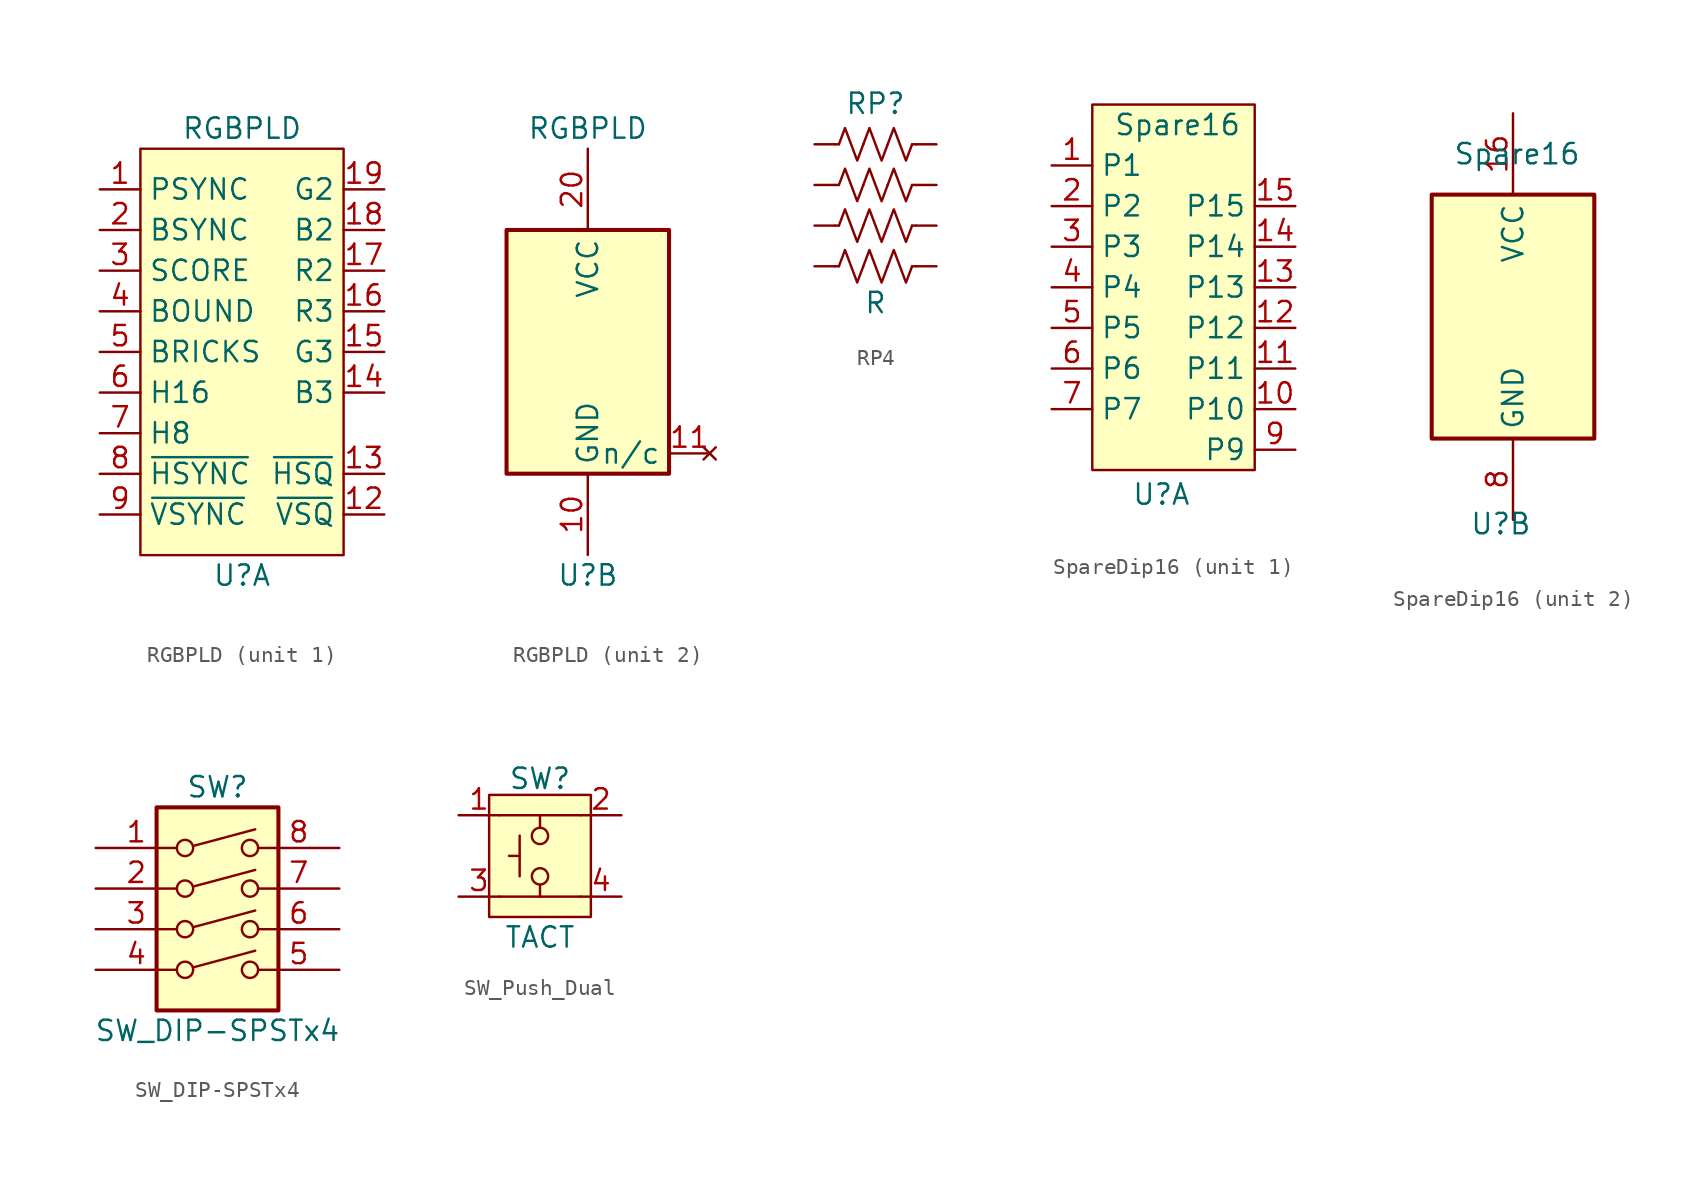
<source format=kicad_sym>
(kicad_symbol_lib
  (version 20241209)
  (generator "kicad_symbol_editor")
  (generator_version "9.0")
  (symbol "RGBPLD"
    (property "Reference" "U"
      (at 0 -13.97 0)
      (effects (font (size 1.27 1.27))))
    (property "Value" "RGBPLD"
      (at 0 13.97 0)
      (effects (font (size 1.27 1.27))))
    (property "ki_locked" ""
      (at 0 0 0)
      (effects (font (size 1.27 1.27))))
    (symbol "RGBPLD_1_1"
      (rectangle (start -6.35 12.7) (end 6.35 -12.7) (stroke (width 0) (type default)) (fill (type background)))
      (pin input line (at -8.89 10.16 0) (length 2.54) (name "PSYNC" (effects (font (size 1.27 1.27)))) (number "1" (effects (font (size 1.27 1.27)))))
      (pin input line (at -8.89 7.62 0) (length 2.54) (name "BSYNC" (effects (font (size 1.27 1.27)))) (number "2" (effects (font (size 1.27 1.27)))))
      (pin input line (at -8.89 5.08 0) (length 2.54) (name "SCORE" (effects (font (size 1.27 1.27)))) (number "3" (effects (font (size 1.27 1.27)))))
      (pin input line (at -8.89 2.54 0) (length 2.54) (name "BOUND" (effects (font (size 1.27 1.27)))) (number "4" (effects (font (size 1.27 1.27)))))
      (pin input line (at -8.89 0 0) (length 2.54) (name "BRICKS" (effects (font (size 1.27 1.27)))) (number "5" (effects (font (size 1.27 1.27)))))
      (pin input line (at -8.89 -2.54 0) (length 2.54) (name "H16" (effects (font (size 1.27 1.27)))) (number "6" (effects (font (size 1.27 1.27)))))
      (pin input line (at -8.89 -5.08 0) (length 2.54) (name "H8" (effects (font (size 1.27 1.27)))) (number "7" (effects (font (size 1.27 1.27)))))
      (pin input line (at -8.89 -7.62 0) (length 2.54) (name "~{HSYNC}" (effects (font (size 1.27 1.27)))) (number "8" (effects (font (size 1.27 1.27)))))
      (pin input line (at -8.89 -10.16 0) (length 2.54) (name "~{VSYNC}" (effects (font (size 1.27 1.27)))) (number "9" (effects (font (size 1.27 1.27)))))
      (pin output line (at 8.89 10.16 180) (length 2.54) (name "G2" (effects (font (size 1.27 1.27)))) (number "19" (effects (font (size 1.27 1.27)))))
      (pin output line (at 8.89 7.62 180) (length 2.54) (name "B2" (effects (font (size 1.27 1.27)))) (number "18" (effects (font (size 1.27 1.27)))))
      (pin output line (at 8.89 5.08 180) (length 2.54) (name "R2" (effects (font (size 1.27 1.27)))) (number "17" (effects (font (size 1.27 1.27)))))
      (pin output line (at 8.89 2.54 180) (length 2.54) (name "R3" (effects (font (size 1.27 1.27)))) (number "16" (effects (font (size 1.27 1.27)))))
      (pin output line (at 8.89 0 180) (length 2.54) (name "G3" (effects (font (size 1.27 1.27)))) (number "15" (effects (font (size 1.27 1.27)))))
      (pin output line (at 8.89 -2.54 180) (length 2.54) (name "B3" (effects (font (size 1.27 1.27)))) (number "14" (effects (font (size 1.27 1.27)))))
      (pin output line (at 8.89 -7.62 180) (length 2.54) (name "~{HSQ}" (effects (font (size 1.27 1.27)))) (number "13" (effects (font (size 1.27 1.27)))))
      (pin output line (at 8.89 -10.16 180) (length 2.54) (name "~{VSQ}" (effects (font (size 1.27 1.27)))) (number "12" (effects (font (size 1.27 1.27))))))
    (symbol "RGBPLD_2_0"
      (pin power_in line (at 0 12.7 270) (length 5.08) (name "VCC" (effects (font (size 1.27 1.27)))) (number "20" (effects (font (size 1.27 1.27)))))
      (pin power_in line (at 0 -12.7 90) (length 5.08) (name "GND" (effects (font (size 1.27 1.27)))) (number "10" (effects (font (size 1.27 1.27))))))
    (symbol "RGBPLD_2_1"
      (rectangle (start -5.08 7.62) (end 5.08 -7.62) (stroke (width 0.254) (type default)) (fill (type background)))
      (pin no_connect line (at 7.62 -6.35 180) (length 2.54) (name "n/c" (effects (font (size 1.27 1.27)))) (number "11" (effects (font (size 1.27 1.27)))))))
  (symbol "RP4"
    (pin_numbers
      (hide yes))
    (pin_names
      (offset 0))
    (property "Reference" "RP"
      (at 0 2.54 0)
      (effects (font (size 1.27 1.27))))
    (property "Value" "R"
      (at 0 -9.906 0)
      (effects (font (size 1.27 1.27))))
    (symbol "RP4_0_1"
      (polyline (pts (xy -2.286 0) (xy -2.54 0)) (stroke (width 0) (type default)) (fill (type none)))
      (polyline (pts (xy -2.286 -2.54) (xy -2.54 -2.54)) (stroke (width 0) (type default)) (fill (type none)))
      (polyline (pts (xy -2.286 -5.08) (xy -2.54 -5.08)) (stroke (width 0) (type default)) (fill (type none)))
      (polyline (pts (xy -2.286 -7.62) (xy -2.54 -7.62)) (stroke (width 0) (type default)) (fill (type none)))
      (polyline (pts (xy -0.762 0) (xy -1.143 -1.016) (xy -1.524 0) (xy -1.905 1.016) (xy -2.286 0)) (stroke (width 0) (type default)) (fill (type none)))
      (polyline (pts (xy -0.762 -2.54) (xy -1.143 -3.556) (xy -1.524 -2.54) (xy -1.905 -1.524) (xy -2.286 -2.54)) (stroke (width 0) (type default)) (fill (type none)))
      (polyline (pts (xy -0.762 -5.08) (xy -1.143 -6.096) (xy -1.524 -5.08) (xy -1.905 -4.064) (xy -2.286 -5.08)) (stroke (width 0) (type default)) (fill (type none)))
      (polyline (pts (xy -0.762 -7.62) (xy -1.143 -8.636) (xy -1.524 -7.62) (xy -1.905 -6.604) (xy -2.286 -7.62)) (stroke (width 0) (type default)) (fill (type none)))
      (polyline (pts (xy 0.762 0) (xy 0.381 -1.016) (xy 0 0) (xy -0.381 1.016) (xy -0.762 0)) (stroke (width 0) (type default)) (fill (type none)))
      (polyline (pts (xy 0.762 -2.54) (xy 0.381 -3.556) (xy 0 -2.54) (xy -0.381 -1.524) (xy -0.762 -2.54)) (stroke (width 0) (type default)) (fill (type none)))
      (polyline (pts (xy 0.762 -5.08) (xy 0.381 -6.096) (xy 0 -5.08) (xy -0.381 -4.064) (xy -0.762 -5.08)) (stroke (width 0) (type default)) (fill (type none)))
      (polyline (pts (xy 0.762 -7.62) (xy 0.381 -8.636) (xy 0 -7.62) (xy -0.381 -6.604) (xy -0.762 -7.62)) (stroke (width 0) (type default)) (fill (type none)))
      (polyline (pts (xy 2.286 0) (xy 2.54 0)) (stroke (width 0) (type default)) (fill (type none)))
      (polyline (pts (xy 2.286 0) (xy 1.905 -1.016) (xy 1.524 0) (xy 1.143 1.016) (xy 0.762 0)) (stroke (width 0) (type default)) (fill (type none)))
      (polyline (pts (xy 2.286 -2.54) (xy 2.54 -2.54)) (stroke (width 0) (type default)) (fill (type none)))
      (polyline (pts (xy 2.286 -2.54) (xy 1.905 -3.556) (xy 1.524 -2.54) (xy 1.143 -1.524) (xy 0.762 -2.54)) (stroke (width 0) (type default)) (fill (type none)))
      (polyline (pts (xy 2.286 -5.08) (xy 2.54 -5.08)) (stroke (width 0) (type default)) (fill (type none)))
      (polyline (pts (xy 2.286 -5.08) (xy 1.905 -6.096) (xy 1.524 -5.08) (xy 1.143 -4.064) (xy 0.762 -5.08)) (stroke (width 0) (type default)) (fill (type none)))
      (polyline (pts (xy 2.286 -7.62) (xy 2.54 -7.62)) (stroke (width 0) (type default)) (fill (type none)))
      (polyline (pts (xy 2.286 -7.62) (xy 1.905 -8.636) (xy 1.524 -7.62) (xy 1.143 -6.604) (xy 0.762 -7.62)) (stroke (width 0) (type default)) (fill (type none))))
    (symbol "RP4_1_1"
      (pin passive line (at -3.81 0 0) (length 1.27) (name "~" (effects (font (size 1.27 1.27)))) (number "1" (effects (font (size 1.27 1.27)))))
      (pin passive line (at -3.81 -2.54 0) (length 1.27) (name "~" (effects (font (size 1.27 1.27)))) (number "2" (effects (font (size 1.27 1.27)))))
      (pin passive line (at -3.81 -5.08 0) (length 1.27) (name "~" (effects (font (size 1.27 1.27)))) (number "3" (effects (font (size 1.27 1.27)))))
      (pin passive line (at -3.81 -7.62 0) (length 1.27) (name "~" (effects (font (size 1.27 1.27)))) (number "4" (effects (font (size 1.27 1.27)))))
      (pin passive line (at 3.81 0 180) (length 1.27) (name "~" (effects (font (size 1.27 1.27)))) (number "8" (effects (font (size 1.27 1.27)))))
      (pin passive line (at 3.81 -2.54 180) (length 1.27) (name "~" (effects (font (size 1.27 1.27)))) (number "7" (effects (font (size 1.27 1.27)))))
      (pin passive line (at 3.81 -5.08 180) (length 1.27) (name "~" (effects (font (size 1.27 1.27)))) (number "6" (effects (font (size 1.27 1.27)))))
      (pin passive line (at 3.81 -7.62 180) (length 1.27) (name "~" (effects (font (size 1.27 1.27)))) (number "5" (effects (font (size 1.27 1.27)))))))
  (symbol "SpareDip16"
    (property "Reference" "U"
      (at -0.762 -12.954 0)
      (effects (font (size 1.27 1.27))))
    (property "Value" "Spare16"
      (at 0.254 10.16 0)
      (effects (font (size 1.27 1.27))))
    (property "ki_locked" ""
      (at 0 0 0)
      (effects (font (size 1.27 1.27))))
    (symbol "SpareDip16_1_1"
      (rectangle (start -5.08 11.43) (end 5.08 -11.43) (stroke (width 0) (type default)) (fill (type background)))
      (pin unspecified line (at -7.62 7.62 0) (length 2.54) (name "P1" (effects (font (size 1.27 1.27)))) (number "1" (effects (font (size 1.27 1.27)))))
      (pin unspecified line (at -7.62 5.08 0) (length 2.54) (name "P2" (effects (font (size 1.27 1.27)))) (number "2" (effects (font (size 1.27 1.27)))))
      (pin unspecified line (at -7.62 2.54 0) (length 2.54) (name "P3" (effects (font (size 1.27 1.27)))) (number "3" (effects (font (size 1.27 1.27)))))
      (pin unspecified line (at -7.62 0 0) (length 2.54) (name "P4" (effects (font (size 1.27 1.27)))) (number "4" (effects (font (size 1.27 1.27)))))
      (pin unspecified line (at -7.62 -2.54 0) (length 2.54) (name "P5" (effects (font (size 1.27 1.27)))) (number "5" (effects (font (size 1.27 1.27)))))
      (pin unspecified line (at -7.62 -5.08 0) (length 2.54) (name "P6" (effects (font (size 1.27 1.27)))) (number "6" (effects (font (size 1.27 1.27)))))
      (pin unspecified line (at -7.62 -7.62 0) (length 2.54) (name "P7" (effects (font (size 1.27 1.27)))) (number "7" (effects (font (size 1.27 1.27)))))
      (pin unspecified line (at 7.62 5.08 180) (length 2.54) (name "P15" (effects (font (size 1.27 1.27)))) (number "15" (effects (font (size 1.27 1.27)))))
      (pin unspecified line (at 7.62 2.54 180) (length 2.54) (name "P14" (effects (font (size 1.27 1.27)))) (number "14" (effects (font (size 1.27 1.27)))))
      (pin unspecified line (at 7.62 0 180) (length 2.54) (name "P13" (effects (font (size 1.27 1.27)))) (number "13" (effects (font (size 1.27 1.27)))))
      (pin unspecified line (at 7.62 -2.54 180) (length 2.54) (name "P12" (effects (font (size 1.27 1.27)))) (number "12" (effects (font (size 1.27 1.27)))))
      (pin unspecified line (at 7.62 -5.08 180) (length 2.54) (name "P11" (effects (font (size 1.27 1.27)))) (number "11" (effects (font (size 1.27 1.27)))))
      (pin unspecified line (at 7.62 -7.62 180) (length 2.54) (name "P10" (effects (font (size 1.27 1.27)))) (number "10" (effects (font (size 1.27 1.27)))))
      (pin unspecified line (at 7.62 -10.16 180) (length 2.54) (name "P9" (effects (font (size 1.27 1.27)))) (number "9" (effects (font (size 1.27 1.27))))))
    (symbol "SpareDip16_2_0"
      (pin power_in line (at 0 12.7 270) (length 5.08) (name "VCC" (effects (font (size 1.27 1.27)))) (number "16" (effects (font (size 1.27 1.27)))))
      (pin power_in line (at 0 -12.7 90) (length 5.08) (name "GND" (effects (font (size 1.27 1.27)))) (number "8" (effects (font (size 1.27 1.27))))))
    (symbol "SpareDip16_2_1"
      (rectangle (start -5.08 7.62) (end 5.08 -7.62) (stroke (width 0.254) (type default)) (fill (type background)))))
  (symbol "SW_DIP-SPSTx4"
    (pin_names
      (offset 0)
      (hide yes))
    (property "Reference" "SW"
      (at 0 8.89 0)
      (effects (font (size 1.27 1.27))))
    (property "Value" "SW_DIP-SPSTx4"
      (at 0 -6.35 0)
      (effects (font (size 1.27 1.27))))
    (symbol "SW_DIP-SPSTx4_0_0"
      (circle (center -2.032 5.08) (radius 0.508) (stroke (width 0) (type default)) (fill (type none)))
      (circle (center -2.032 2.54) (radius 0.508) (stroke (width 0) (type default)) (fill (type none)))
      (circle (center -2.032 0) (radius 0.508) (stroke (width 0) (type default)) (fill (type none)))
      (circle (center -2.032 -2.54) (radius 0.508) (stroke (width 0) (type default)) (fill (type none)))
      (polyline (pts (xy -1.524 5.207) (xy 2.362 6.248)) (stroke (width 0) (type default)) (fill (type none)))
      (polyline (pts (xy -1.524 2.667) (xy 2.362 3.708)) (stroke (width 0) (type default)) (fill (type none)))
      (polyline (pts (xy -1.524 0.127) (xy 2.362 1.168)) (stroke (width 0) (type default)) (fill (type none)))
      (polyline (pts (xy -1.524 -2.388) (xy 2.362 -1.346)) (stroke (width 0) (type default)) (fill (type none)))
      (circle (center 2.032 5.08) (radius 0.508) (stroke (width 0) (type default)) (fill (type none)))
      (circle (center 2.032 2.54) (radius 0.508) (stroke (width 0) (type default)) (fill (type none)))
      (circle (center 2.032 0) (radius 0.508) (stroke (width 0) (type default)) (fill (type none)))
      (circle (center 2.032 -2.54) (radius 0.508) (stroke (width 0) (type default)) (fill (type none))))
    (symbol "SW_DIP-SPSTx4_0_1"
      (rectangle (start -3.81 7.62) (end 3.81 -5.08) (stroke (width 0.254) (type default)) (fill (type background))))
    (symbol "SW_DIP-SPSTx4_1_1"
      (pin passive line (at -7.62 5.08 0) (length 5.08) (name "~" (effects (font (size 1.27 1.27)))) (number "1" (effects (font (size 1.27 1.27)))))
      (pin passive line (at -7.62 2.54 0) (length 5.08) (name "~" (effects (font (size 1.27 1.27)))) (number "2" (effects (font (size 1.27 1.27)))))
      (pin passive line (at -7.62 0 0) (length 5.08) (name "~" (effects (font (size 1.27 1.27)))) (number "3" (effects (font (size 1.27 1.27)))))
      (pin passive line (at -7.62 -2.54 0) (length 5.08) (name "~" (effects (font (size 1.27 1.27)))) (number "4" (effects (font (size 1.27 1.27)))))
      (pin passive line (at 7.62 5.08 180) (length 5.08) (name "~" (effects (font (size 1.27 1.27)))) (number "8" (effects (font (size 1.27 1.27)))))
      (pin passive line (at 7.62 2.54 180) (length 5.08) (name "~" (effects (font (size 1.27 1.27)))) (number "7" (effects (font (size 1.27 1.27)))))
      (pin passive line (at 7.62 0 180) (length 5.08) (name "~" (effects (font (size 1.27 1.27)))) (number "6" (effects (font (size 1.27 1.27)))))
      (pin passive line (at 7.62 -2.54 180) (length 5.08) (name "~" (effects (font (size 1.27 1.27)))) (number "5" (effects (font (size 1.27 1.27)))))))
  (symbol "SW_Push_Dual"
    (pin_names
      (offset 1.016)
      (hide yes))
    (property "Reference" "SW"
      (at 0 4.826 0)
      (effects (font (size 1.27 1.27))))
    (property "Value" "TACT"
      (at 0 -5.08 0)
      (effects (font (size 1.27 1.27))))
    (symbol "SW_Push_Dual_0_1"
      (polyline (pts (xy -2.54 2.54) (xy 2.54 2.54)) (stroke (width 0) (type default)) (fill (type none)))
      (polyline (pts (xy -2.54 -2.54) (xy 2.54 -2.54)) (stroke (width 0) (type default)) (fill (type none)))
      (polyline (pts (xy -1.27 1.27) (xy -1.27 -1.27)) (stroke (width 0) (type default)) (fill (type none)))
      (polyline (pts (xy -1.27 0) (xy -1.933 0.003)) (stroke (width 0) (type default)) (fill (type none)))
      (circle (center -0.003 1.248) (radius 0.508) (stroke (width 0) (type default)) (fill (type none)))
      (polyline (pts (xy 0 2.54) (xy 0 1.781)) (stroke (width 0) (type default)) (fill (type none)))
      (circle (center 0 -1.274) (radius 0.508) (stroke (width 0) (type default)) (fill (type none)))
      (polyline (pts (xy 0 -2.54) (xy 0 -1.83)) (stroke (width 0) (type default)) (fill (type none)))
      (polyline (pts (xy 0 -2.54) (xy 0 -2.54)) (stroke (width 0) (type default)) (fill (type none)))
      (pin passive line (at -5.08 2.54 0) (length 2.54) (name "1" (effects (font (size 1.27 1.27)))) (number "1" (effects (font (size 1.27 1.27)))))
      (pin passive line (at -5.08 -2.54 0) (length 2.54) (name "3" (effects (font (size 1.27 1.27)))) (number "3" (effects (font (size 1.27 1.27)))))
      (pin passive line (at 5.08 2.54 180) (length 2.54) (name "2" (effects (font (size 1.27 1.27)))) (number "2" (effects (font (size 1.27 1.27)))))
      (pin passive line (at 5.08 -2.54 180) (length 2.54) (name "4" (effects (font (size 1.27 1.27)))) (number "4" (effects (font (size 1.27 1.27))))))
    (symbol "SW_Push_Dual_1_1"
      (rectangle (start -3.175 3.81) (end 3.175 -3.81) (stroke (width 0) (type default)) (fill (type background))))))
</source>
